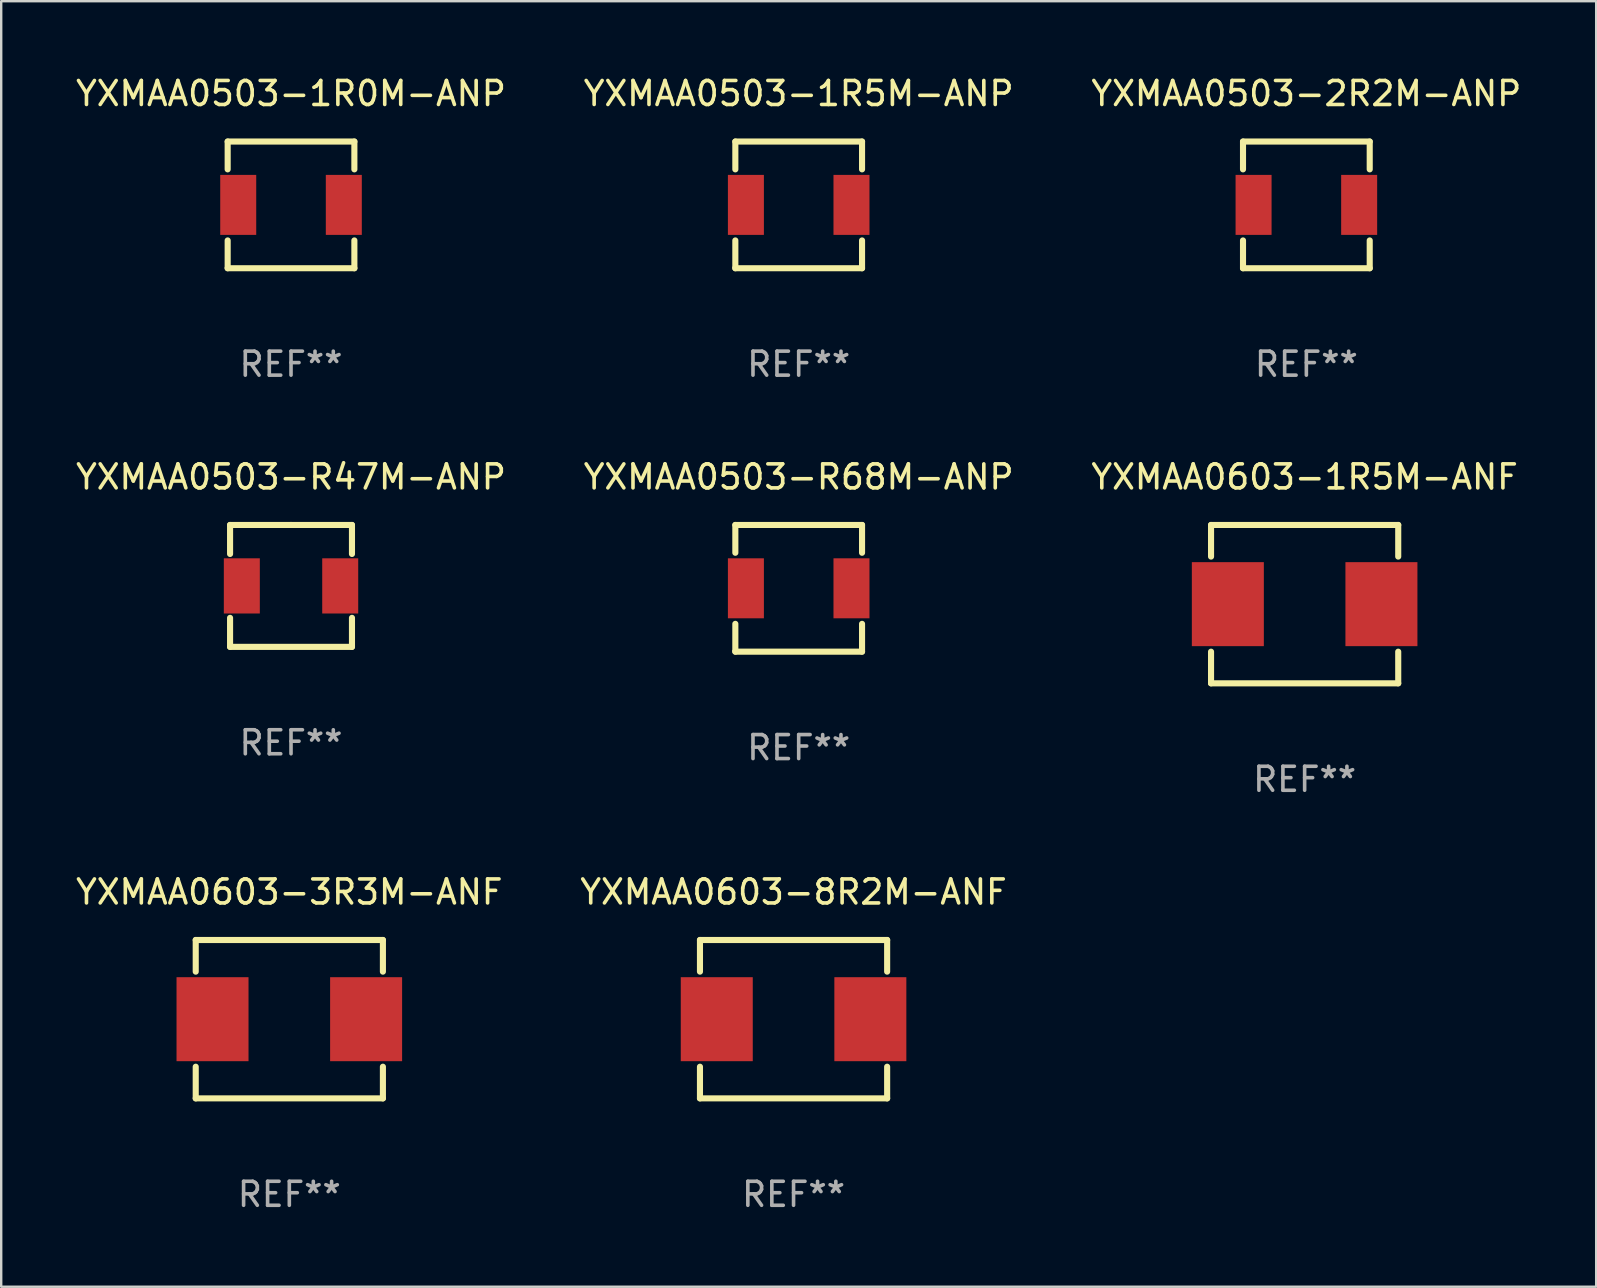
<source format=kicad_pcb>
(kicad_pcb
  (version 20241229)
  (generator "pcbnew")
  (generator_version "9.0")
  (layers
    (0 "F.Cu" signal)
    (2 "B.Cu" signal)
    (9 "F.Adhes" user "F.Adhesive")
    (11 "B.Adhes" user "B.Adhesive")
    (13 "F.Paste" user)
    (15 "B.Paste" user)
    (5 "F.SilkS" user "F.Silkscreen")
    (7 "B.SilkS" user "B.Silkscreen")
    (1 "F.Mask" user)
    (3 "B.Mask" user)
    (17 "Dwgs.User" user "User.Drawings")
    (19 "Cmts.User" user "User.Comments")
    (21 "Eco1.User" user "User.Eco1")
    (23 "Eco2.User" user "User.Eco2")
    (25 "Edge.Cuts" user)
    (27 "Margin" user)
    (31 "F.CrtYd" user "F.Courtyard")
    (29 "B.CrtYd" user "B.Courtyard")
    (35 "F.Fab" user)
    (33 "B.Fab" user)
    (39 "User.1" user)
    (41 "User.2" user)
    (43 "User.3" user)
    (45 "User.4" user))
  (footprint "YXMAA0503-1R5M-ANP"
    (layer "F.Cu")
    (at 30.232 5.488)
    (property "Reference" "YXMAA0503-1R5M-ANP" (at 0 -4.64 0) (layer "F.SilkS") (effects (font (size 1 1) (thickness 0.15))))
    (attr through_hole)
    (fp_line (start -2.64 -2.64) (end 2.64 -2.64) (stroke (width 0.254) (type solid)) (layer "F.SilkS"))
    (fp_line (start -2.64 -1.481) (end -2.64 -2.64) (stroke (width 0.254) (type solid)) (layer "F.SilkS"))
    (fp_line (start -2.64 2.64) (end -2.64 1.481) (stroke (width 0.254) (type solid)) (layer "F.SilkS"))
    (fp_line (start 2.64 -2.64) (end 2.64 -1.481) (stroke (width 0.254) (type solid)) (layer "F.SilkS"))
    (fp_line (start 2.64 1.481) (end 2.64 2.64) (stroke (width 0.254) (type solid)) (layer "F.SilkS"))
    (fp_line (start 2.64 2.64) (end -2.64 2.64) (stroke (width 0.254) (type solid)) (layer "F.SilkS"))
    (fp_circle (center -2.7 2.6) (end -2.67 2.6) (stroke (width 0.06) (type solid)) (fill no) (layer "F.SilkS"))
    (fp_text user "REF**" (at 0 6.64 0) (layer "F.Fab") (effects (font (size 1 1) (thickness 0.15))))
    (pad "1" smd rect (at -2.2 0) (size 1.5 2.5) (layers "F.Cu" "F.Mask" "F.Paste"))
    (pad "2" smd rect (at 2.2 0) (size 1.5 2.5) (layers "F.Cu" "F.Mask" "F.Paste")))
  (footprint "YXMAA0503-2R2M-ANP"
    (layer "F.Cu")
    (at 51.387 5.488)
    (property "Reference" "YXMAA0503-2R2M-ANP" (at 0 -4.64 0) (layer "F.SilkS") (effects (font (size 1 1) (thickness 0.15))))
    (attr through_hole)
    (fp_line (start -2.64 -2.64) (end 2.64 -2.64) (stroke (width 0.254) (type solid)) (layer "F.SilkS"))
    (fp_line (start -2.64 -1.481) (end -2.64 -2.64) (stroke (width 0.254) (type solid)) (layer "F.SilkS"))
    (fp_line (start -2.64 2.64) (end -2.64 1.481) (stroke (width 0.254) (type solid)) (layer "F.SilkS"))
    (fp_line (start 2.64 -2.64) (end 2.64 -1.481) (stroke (width 0.254) (type solid)) (layer "F.SilkS"))
    (fp_line (start 2.64 1.481) (end 2.64 2.64) (stroke (width 0.254) (type solid)) (layer "F.SilkS"))
    (fp_line (start 2.64 2.64) (end -2.64 2.64) (stroke (width 0.254) (type solid)) (layer "F.SilkS"))
    (fp_circle (center -2.7 2.6) (end -2.67 2.6) (stroke (width 0.06) (type solid)) (fill no) (layer "F.SilkS"))
    (fp_text user "REF**" (at 0 6.64 0) (layer "F.Fab") (effects (font (size 1 1) (thickness 0.15))))
    (pad "1" smd rect (at -2.2 0) (size 1.5 2.5) (layers "F.Cu" "F.Mask" "F.Paste"))
    (pad "2" smd rect (at 2.2 0) (size 1.5 2.5) (layers "F.Cu" "F.Mask" "F.Paste")))
  (footprint "YXMAA0503-R68M-ANP"
    (layer "F.Cu")
    (at 30.232 21.465)
    (property "Reference" "YXMAA0503-R68M-ANP" (at 0 -4.64 0) (layer "F.SilkS") (effects (font (size 1 1) (thickness 0.15))))
    (attr through_hole)
    (fp_line (start -2.64 -2.64) (end 2.64 -2.64) (stroke (width 0.254) (type solid)) (layer "F.SilkS"))
    (fp_line (start -2.64 -1.481) (end -2.64 -2.64) (stroke (width 0.254) (type solid)) (layer "F.SilkS"))
    (fp_line (start -2.64 2.64) (end -2.64 1.481) (stroke (width 0.254) (type solid)) (layer "F.SilkS"))
    (fp_line (start 2.64 -2.64) (end 2.64 -1.481) (stroke (width 0.254) (type solid)) (layer "F.SilkS"))
    (fp_line (start 2.64 1.481) (end 2.64 2.64) (stroke (width 0.254) (type solid)) (layer "F.SilkS"))
    (fp_line (start 2.64 2.64) (end -2.64 2.64) (stroke (width 0.254) (type solid)) (layer "F.SilkS"))
    (fp_circle (center -2.7 2.6) (end -2.67 2.6) (stroke (width 0.06) (type solid)) (fill no) (layer "F.SilkS"))
    (fp_text user "REF**" (at 0 6.64 0) (layer "F.Fab") (effects (font (size 1 1) (thickness 0.15))))
    (pad "1" smd rect (at -2.2 0) (size 1.5 2.5) (layers "F.Cu" "F.Mask" "F.Paste"))
    (pad "2" smd rect (at 2.2 0) (size 1.5 2.5) (layers "F.Cu" "F.Mask" "F.Paste")))
  (footprint "YXMAA0603-1R5M-ANF"
    (layer "F.Cu")
    (at 51.315 22.125)
    (property "Reference" "YXMAA0603-1R5M-ANF" (at 0 -5.3 0) (layer "F.SilkS") (effects (font (size 1 1) (thickness 0.15))))
    (attr through_hole)
    (fp_line (start -3.9 -3.3) (end -3.9 -1.981) (stroke (width 0.254) (type solid)) (layer "F.SilkS"))
    (fp_line (start -3.9 -3.3) (end 3.9 -3.3) (stroke (width 0.254) (type solid)) (layer "F.SilkS"))
    (fp_line (start -3.9 1.981) (end -3.9 3.3) (stroke (width 0.254) (type solid)) (layer "F.SilkS"))
    (fp_line (start 3.9 3.3) (end -3.9 3.3) (stroke (width 0.254) (type solid)) (layer "F.SilkS"))
    (fp_line (start 3.9 -3.3) (end 3.9 -1.981) (stroke (width 0.254) (type solid)) (layer "F.SilkS"))
    (fp_line (start 3.9 1.981) (end 3.9 3.3) (stroke (width 0.254) (type solid)) (layer "F.SilkS"))
    (fp_circle (center -3.55 3.3) (end -3.52 3.3) (stroke (width 0.06) (type solid)) (fill no) (layer "F.SilkS"))
    (fp_text user "REF**" (at 0 7.3 0) (layer "F.Fab") (effects (font (size 1 1) (thickness 0.15))))
    (pad "1" smd rect (at -3.2 0.000279) (size 3 3.5) (layers "F.Cu" "F.Mask" "F.Paste"))
    (pad "2" smd rect (at 3.2 0.000279) (size 3 3.5) (layers "F.Cu" "F.Mask" "F.Paste")))
  (footprint "YXMAA0503-R47M-ANP"
    (layer "F.Cu")
    (at 9.077 21.365)
    (property "Reference" "YXMAA0503-R47M-ANP" (at 0 -4.54 0) (layer "F.SilkS") (effects (font (size 1 1) (thickness 0.15))))
    (attr through_hole)
    (fp_line (start -2.54 -2.54) (end 0 -2.54) (stroke (width 0.254) (type solid)) (layer "F.SilkS"))
    (fp_line (start -2.54 -1.331) (end -2.54 -2.54) (stroke (width 0.254) (type solid)) (layer "F.SilkS"))
    (fp_line (start -2.54 2.54) (end -2.54 1.331) (stroke (width 0.254) (type solid)) (layer "F.SilkS"))
    (fp_line (start 0 -2.54) (end 2.54 -2.54) (stroke (width 0.254) (type solid)) (layer "F.SilkS"))
    (fp_line (start 2.54 -2.54) (end 2.54 -1.331) (stroke (width 0.254) (type solid)) (layer "F.SilkS"))
    (fp_line (start 2.54 1.331) (end 2.54 2.54) (stroke (width 0.254) (type solid)) (layer "F.SilkS"))
    (fp_line (start 2.54 2.54) (end -2.54 2.54) (stroke (width 0.254) (type solid)) (layer "F.SilkS"))
    (fp_circle (center -2.5 2.5) (end -2.47 2.5) (stroke (width 0.06) (type solid)) (fill no) (layer "F.SilkS"))
    (fp_text user "REF**" (at 0 6.54 0) (layer "F.Fab") (effects (font (size 1 1) (thickness 0.15))))
    (pad "1" smd rect (at -2.05 0) (size 1.5 2.3) (layers "F.Cu" "F.Mask" "F.Paste"))
    (pad "2" smd rect (at 2.05 0) (size 1.5 2.3) (layers "F.Cu" "F.Mask" "F.Paste")))
  (footprint "YXMAA0603-8R2M-ANF"
    (layer "F.Cu")
    (at 30.018 39.42)
    (property "Reference" "YXMAA0603-8R2M-ANF" (at 0 -5.3 0) (layer "F.SilkS") (effects (font (size 1 1) (thickness 0.15))))
    (attr through_hole)
    (fp_line (start -3.9 -3.3) (end -3.9 -1.981) (stroke (width 0.254) (type solid)) (layer "F.SilkS"))
    (fp_line (start -3.9 -3.3) (end 3.9 -3.3) (stroke (width 0.254) (type solid)) (layer "F.SilkS"))
    (fp_line (start -3.9 1.981) (end -3.9 3.3) (stroke (width 0.254) (type solid)) (layer "F.SilkS"))
    (fp_line (start 3.9 3.3) (end -3.9 3.3) (stroke (width 0.254) (type solid)) (layer "F.SilkS"))
    (fp_line (start 3.9 -3.3) (end 3.9 -1.981) (stroke (width 0.254) (type solid)) (layer "F.SilkS"))
    (fp_line (start 3.9 1.981) (end 3.9 3.3) (stroke (width 0.254) (type solid)) (layer "F.SilkS"))
    (fp_circle (center -3.55 3.3) (end -3.52 3.3) (stroke (width 0.06) (type solid)) (fill no) (layer "F.SilkS"))
    (fp_text user "REF**" (at 0 7.3 0) (layer "F.Fab") (effects (font (size 1 1) (thickness 0.15))))
    (pad "1" smd rect (at -3.2 0.000279) (size 3 3.5) (layers "F.Cu" "F.Mask" "F.Paste"))
    (pad "2" smd rect (at 3.2 0.000279) (size 3 3.5) (layers "F.Cu" "F.Mask" "F.Paste")))
  (footprint "YXMAA0603-3R3M-ANF"
    (layer "F.Cu")
    (at 9.006 39.42)
    (property "Reference" "YXMAA0603-3R3M-ANF" (at 0 -5.3 0) (layer "F.SilkS") (effects (font (size 1 1) (thickness 0.15))))
    (attr through_hole)
    (fp_line (start -3.9 -3.3) (end -3.9 -1.981) (stroke (width 0.254) (type solid)) (layer "F.SilkS"))
    (fp_line (start -3.9 -3.3) (end 3.9 -3.3) (stroke (width 0.254) (type solid)) (layer "F.SilkS"))
    (fp_line (start -3.9 1.981) (end -3.9 3.3) (stroke (width 0.254) (type solid)) (layer "F.SilkS"))
    (fp_line (start 3.9 3.3) (end -3.9 3.3) (stroke (width 0.254) (type solid)) (layer "F.SilkS"))
    (fp_line (start 3.9 -3.3) (end 3.9 -1.981) (stroke (width 0.254) (type solid)) (layer "F.SilkS"))
    (fp_line (start 3.9 1.981) (end 3.9 3.3) (stroke (width 0.254) (type solid)) (layer "F.SilkS"))
    (fp_circle (center -3.55 3.3) (end -3.52 3.3) (stroke (width 0.06) (type solid)) (fill no) (layer "F.SilkS"))
    (fp_text user "REF**" (at 0 7.3 0) (layer "F.Fab") (effects (font (size 1 1) (thickness 0.15))))
    (pad "1" smd rect (at -3.2 0.000279) (size 3 3.5) (layers "F.Cu" "F.Mask" "F.Paste"))
    (pad "2" smd rect (at 3.2 0.000279) (size 3 3.5) (layers "F.Cu" "F.Mask" "F.Paste")))
  (footprint "YXMAA0503-1R0M-ANP"
    (layer "F.Cu")
    (at 9.077 5.488)
    (property "Reference" "YXMAA0503-1R0M-ANP" (at 0 -4.64 0) (layer "F.SilkS") (effects (font (size 1 1) (thickness 0.15))))
    (attr through_hole)
    (fp_line (start -2.64 -2.64) (end 2.64 -2.64) (stroke (width 0.254) (type solid)) (layer "F.SilkS"))
    (fp_line (start -2.64 -1.481) (end -2.64 -2.64) (stroke (width 0.254) (type solid)) (layer "F.SilkS"))
    (fp_line (start -2.64 2.64) (end -2.64 1.481) (stroke (width 0.254) (type solid)) (layer "F.SilkS"))
    (fp_line (start 2.64 -2.64) (end 2.64 -1.481) (stroke (width 0.254) (type solid)) (layer "F.SilkS"))
    (fp_line (start 2.64 1.481) (end 2.64 2.64) (stroke (width 0.254) (type solid)) (layer "F.SilkS"))
    (fp_line (start 2.64 2.64) (end -2.64 2.64) (stroke (width 0.254) (type solid)) (layer "F.SilkS"))
    (fp_circle (center -2.7 2.6) (end -2.67 2.6) (stroke (width 0.06) (type solid)) (fill no) (layer "F.SilkS"))
    (fp_text user "REF**" (at 0 6.64 0) (layer "F.Fab") (effects (font (size 1 1) (thickness 0.15))))
    (pad "1" smd rect (at -2.2 0) (size 1.5 2.5) (layers "F.Cu" "F.Mask" "F.Paste"))
    (pad "2" smd rect (at 2.2 0) (size 1.5 2.5) (layers "F.Cu" "F.Mask" "F.Paste")))
  (gr_rect
    (start -3 -3)
    (end 63.464 50.568)
    (stroke (width 0.1) (type default))
    (fill no)
    (layer "Edge.Cuts")))
</source>
